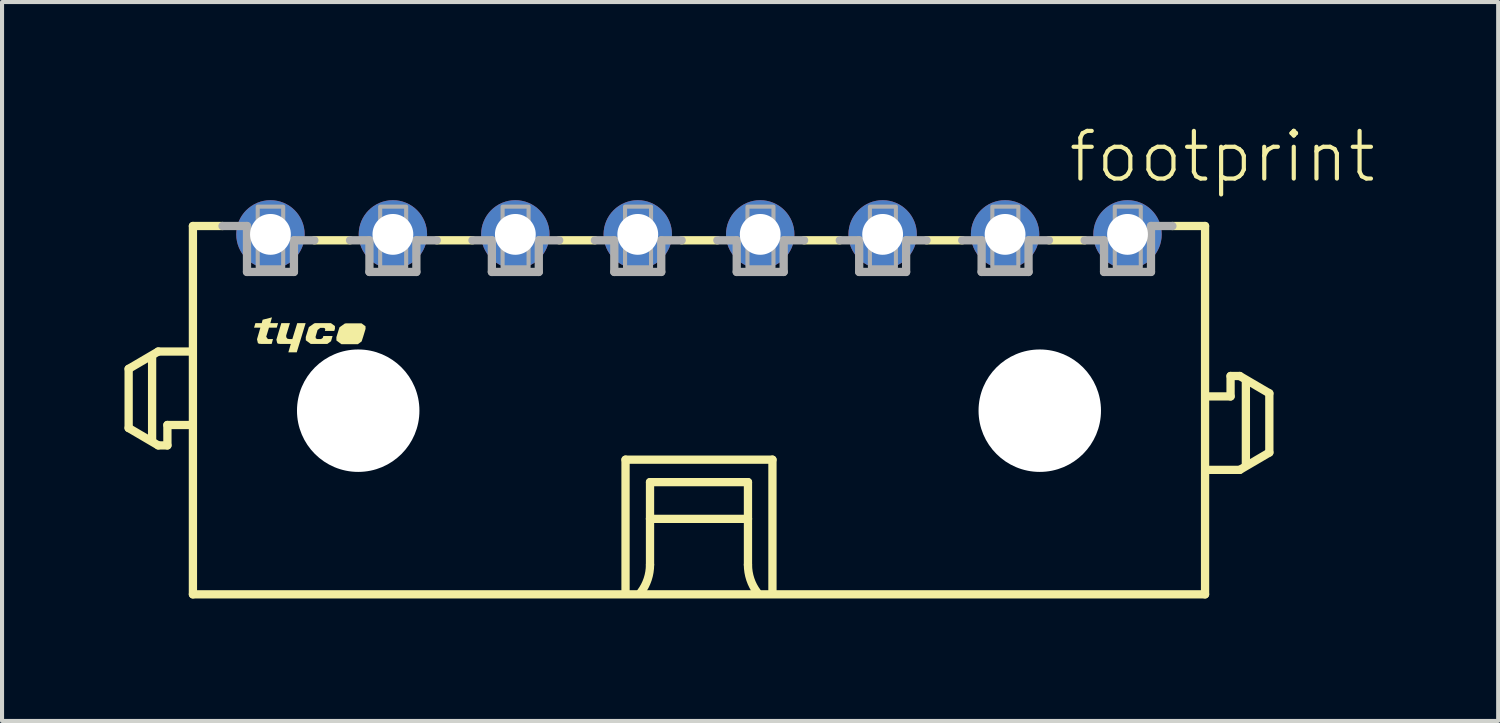
<source format=kicad_pcb>
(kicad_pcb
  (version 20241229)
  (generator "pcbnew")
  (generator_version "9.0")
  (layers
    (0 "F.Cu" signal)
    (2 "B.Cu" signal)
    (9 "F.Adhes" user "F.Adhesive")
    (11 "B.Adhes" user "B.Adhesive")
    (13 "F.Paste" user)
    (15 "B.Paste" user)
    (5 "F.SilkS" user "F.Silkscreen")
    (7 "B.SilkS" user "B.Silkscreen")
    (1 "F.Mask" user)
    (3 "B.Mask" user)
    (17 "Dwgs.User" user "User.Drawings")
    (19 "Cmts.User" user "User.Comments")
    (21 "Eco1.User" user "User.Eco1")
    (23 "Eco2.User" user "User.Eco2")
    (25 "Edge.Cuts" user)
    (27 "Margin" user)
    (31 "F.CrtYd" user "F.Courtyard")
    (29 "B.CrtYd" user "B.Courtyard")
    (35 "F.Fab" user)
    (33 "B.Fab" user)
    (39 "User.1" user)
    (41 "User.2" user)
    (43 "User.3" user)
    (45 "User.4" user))
  (footprint "footprint"
    (layer "F.Cu")
    (at 14.077 7.013)
    (property "Reference" "footprint" (at 9 -5.54 0) (layer "F.SilkS") (effects (font (size 1.168 1.168) (thickness 0.102)) (justify left bottom)))
    (fp_line (start -13.975 -1.025) (end -13.975 0.425) (stroke (width 0.203) (type solid)) (layer "F.SilkS"))
    (fp_line (start -13.975 0.425) (end -13.25 0.85) (stroke (width 0.203) (type solid)) (layer "F.SilkS"))
    (fp_line (start -13.4 0.7) (end -13.4 -1.3) (stroke (width 0.203) (type solid)) (layer "F.SilkS"))
    (fp_line (start -13.25 -1.45) (end -13.975 -1.025) (stroke (width 0.203) (type solid)) (layer "F.SilkS"))
    (fp_line (start -13.25 0.85) (end -13.025 0.85) (stroke (width 0.203) (type solid)) (layer "F.SilkS"))
    (fp_line (start -13.025 0.35) (end -12.5 0.35) (stroke (width 0.203) (type solid)) (layer "F.SilkS"))
    (fp_line (start -13.025 0.85) (end -13.025 0.35) (stroke (width 0.203) (type solid)) (layer "F.SilkS"))
    (fp_line (start -12.5 -1.45) (end -13.25 -1.45) (stroke (width 0.203) (type solid)) (layer "F.SilkS"))
    (fp_line (start -12.4 -4.525) (end -12.4 4.5) (stroke (width 0.203) (type solid)) (layer "F.SilkS"))
    (fp_line (start -12.4 -4.525) (end -11.675 -4.525) (stroke (width 0.203) (type solid)) (layer "F.SilkS"))
    (fp_line (start -12.4 4.5) (end 12.4 4.5) (stroke (width 0.203) (type solid)) (layer "F.SilkS"))
    (fp_line (start -8.55 -4.175) (end -9.425 -4.175) (stroke (width 0.203) (type solid)) (layer "F.SilkS"))
    (fp_line (start -5.55 -4.175) (end -6.425 -4.175) (stroke (width 0.203) (type solid)) (layer "F.SilkS"))
    (fp_line (start -2.55 -4.175) (end -3.425 -4.175) (stroke (width 0.203) (type solid)) (layer "F.SilkS"))
    (fp_line (start -1.8 1.2) (end 1.8 1.2) (stroke (width 0.203) (type solid)) (layer "F.SilkS"))
    (fp_line (start -1.8 4.4) (end -1.8 1.2) (stroke (width 0.203) (type solid)) (layer "F.SilkS"))
    (fp_line (start -1.2 1.75) (end -1.2 2.65) (stroke (width 0.203) (type solid)) (layer "F.SilkS"))
    (fp_line (start -1.2 2.65) (end -1.2 3.775) (stroke (width 0.203) (type solid)) (layer "F.SilkS"))
    (fp_line (start -1.2 2.65) (end 1.2 2.65) (stroke (width 0.203) (type solid)) (layer "F.SilkS"))
    (fp_line (start 0.45 -4.175) (end -0.425 -4.175) (stroke (width 0.203) (type solid)) (layer "F.SilkS"))
    (fp_line (start 1.2 1.75) (end -1.2 1.75) (stroke (width 0.203) (type solid)) (layer "F.SilkS"))
    (fp_line (start 1.2 2.65) (end 1.2 1.75) (stroke (width 0.203) (type solid)) (layer "F.SilkS"))
    (fp_line (start 1.2 2.65) (end 1.2 3.775) (stroke (width 0.203) (type solid)) (layer "F.SilkS"))
    (fp_line (start 1.8 1.2) (end 1.8 4.4) (stroke (width 0.203) (type solid)) (layer "F.SilkS"))
    (fp_line (start 3.45 -4.175) (end 2.575 -4.175) (stroke (width 0.203) (type solid)) (layer "F.SilkS"))
    (fp_line (start 6.45 -4.175) (end 5.575 -4.175) (stroke (width 0.203) (type solid)) (layer "F.SilkS"))
    (fp_line (start 9.45 -4.175) (end 8.575 -4.175) (stroke (width 0.203) (type solid)) (layer "F.SilkS"))
    (fp_line (start 12.4 -4.525) (end 11.6 -4.525) (stroke (width 0.203) (type solid)) (layer "F.SilkS"))
    (fp_line (start 12.4 4.5) (end 12.4 -4.525) (stroke (width 0.203) (type solid)) (layer "F.SilkS"))
    (fp_line (start 12.5 1.45) (end 13.25 1.45) (stroke (width 0.203) (type solid)) (layer "F.SilkS"))
    (fp_line (start 13.025 -0.85) (end 13.025 -0.35) (stroke (width 0.203) (type solid)) (layer "F.SilkS"))
    (fp_line (start 13.025 -0.35) (end 12.5 -0.35) (stroke (width 0.203) (type solid)) (layer "F.SilkS"))
    (fp_line (start 13.25 -0.85) (end 13.025 -0.85) (stroke (width 0.203) (type solid)) (layer "F.SilkS"))
    (fp_line (start 13.25 1.45) (end 13.975 1.025) (stroke (width 0.203) (type solid)) (layer "F.SilkS"))
    (fp_line (start 13.4 1.3) (end 13.4 -0.7) (stroke (width 0.203) (type solid)) (layer "F.SilkS"))
    (fp_line (start 13.975 -0.425) (end 13.25 -0.85) (stroke (width 0.203) (type solid)) (layer "F.SilkS"))
    (fp_line (start 13.975 1.025) (end 13.975 -0.425) (stroke (width 0.203) (type solid)) (layer "F.SilkS"))
    (fp_arc (start -1.2 3.775) (mid -1.257731 4.130756) (end -1.425 4.449999) (stroke (width 0.2032) (type solid)) (layer "F.SilkS"))
    (fp_arc (start 1.425 4.449999) (mid 1.257732 4.130756) (end 1.2 3.775) (stroke (width 0.2032) (type solid)) (layer "F.SilkS"))
    (fp_poly (pts (xy -10.115 -1.844) (xy -10.113 -1.799) (xy -10.085 -1.764) (xy -10.039 -1.755) (xy -9.964 -1.755) (xy -9.844 -2.145) (xy -9.638 -2.145) (xy -9.856 -1.43) (xy -10.062 -1.43) (xy -10.002 -1.635) (xy -10.28 -1.635) (xy -10.28 -1.645) (xy -10.285 -1.645) (xy -10.285 -1.64) (xy -10.287 -1.635) (xy -10.333 -1.651) (xy -10.355 -1.74) (xy -10.234 -2.145) (xy -10.023 -2.145)) (stroke (width 0) (type solid)) (fill yes) (layer "F.SilkS"))
    (fp_poly (pts (xy -10.503 -2.145) (xy -10.313 -2.145) (xy -10.346 -2.035) (xy -10.536 -2.035) (xy -10.604 -1.811) (xy -10.562 -1.755) (xy -10.438 -1.755) (xy -10.471 -1.635) (xy -10.75 -1.635) (xy -10.75 -1.645) (xy -10.755 -1.645) (xy -10.755 -1.64) (xy -10.757 -1.635) (xy -10.807 -1.653) (xy -10.83 -1.75) (xy -10.747 -2.035) (xy -10.902 -2.035) (xy -10.869 -2.145) (xy -10.714 -2.145) (xy -10.692 -2.229) (xy -10.463 -2.287)) (stroke (width 0) (type solid)) (fill yes) (layer "F.SilkS"))
    (fp_poly (pts (xy -8.171 -2.069) (xy -8.17 -2.005) (xy -8.17 -2.004) (xy -8.223 -1.83) (xy -8.223 -1.83) (xy -8.225 -1.823) (xy -8.226 -1.82) (xy -8.226 -1.82) (xy -8.266 -1.697) (xy -8.358 -1.63) (xy -8.762 -1.63) (xy -8.884 -1.72) (xy -8.885 -1.8) (xy -8.885 -1.801) (xy -8.809 -2.043) (xy -8.673 -2.139) (xy -8.67 -2.135) (xy -8.67 -2.13) (xy -8.665 -2.13) (xy -8.665 -2.14) (xy -8.268 -2.14)) (stroke (width 0) (type solid)) (fill yes) (layer "F.SilkS"))
    (fp_poly (pts (xy -8.921 -2.074) (xy -8.92 -2.01) (xy -8.92 -2.009) (xy -8.936 -1.955) (xy -9.167 -1.955) (xy -9.16 -1.976) (xy -9.158 -2.001) (xy -9.172 -2.022) (xy -9.196 -2.03) (xy -9.278 -2.03) (xy -9.346 -1.977) (xy -9.395 -1.81) (xy -9.388 -1.772) (xy -9.354 -1.755) (xy -9.262 -1.755) (xy -9.219 -1.783) (xy -9.204 -1.83) (xy -8.978 -1.83) (xy -9.016 -1.702) (xy -9.108 -1.635) (xy -9.512 -1.635) (xy -9.634 -1.725) (xy -9.635 -1.805) (xy -9.635 -1.806) (xy -9.559 -2.048) (xy -9.423 -2.144) (xy -9.42 -2.14) (xy -9.42 -2.135) (xy -9.415 -2.135) (xy -9.415 -2.145) (xy -9.018 -2.145)) (stroke (width 0) (type solid)) (fill yes) (layer "F.SilkS"))
    (fp_line (start -11.075 -4.525) (end -11.675 -4.525) (stroke (width 0.203) (type solid)) (layer "F.Fab"))
    (fp_line (start -11.075 -3.4) (end -11.075 -4.525) (stroke (width 0.203) (type solid)) (layer "F.Fab"))
    (fp_line (start -9.925 -4.175) (end -9.925 -3.4) (stroke (width 0.203) (type solid)) (layer "F.Fab"))
    (fp_line (start -9.925 -3.4) (end -11.075 -3.4) (stroke (width 0.203) (type solid)) (layer "F.Fab"))
    (fp_line (start -9.425 -4.175) (end -9.925 -4.175) (stroke (width 0.203) (type solid)) (layer "F.Fab"))
    (fp_line (start -8.075 -4.175) (end -8.55 -4.175) (stroke (width 0.203) (type solid)) (layer "F.Fab"))
    (fp_line (start -8.075 -3.4) (end -8.075 -4.175) (stroke (width 0.203) (type solid)) (layer "F.Fab"))
    (fp_line (start -6.925 -4.175) (end -6.925 -3.4) (stroke (width 0.203) (type solid)) (layer "F.Fab"))
    (fp_line (start -6.925 -3.4) (end -8.075 -3.4) (stroke (width 0.203) (type solid)) (layer "F.Fab"))
    (fp_line (start -6.425 -4.175) (end -6.925 -4.175) (stroke (width 0.203) (type solid)) (layer "F.Fab"))
    (fp_line (start -5.075 -4.175) (end -5.55 -4.175) (stroke (width 0.203) (type solid)) (layer "F.Fab"))
    (fp_line (start -5.075 -3.4) (end -5.075 -4.175) (stroke (width 0.203) (type solid)) (layer "F.Fab"))
    (fp_line (start -3.925 -4.175) (end -3.925 -3.4) (stroke (width 0.203) (type solid)) (layer "F.Fab"))
    (fp_line (start -3.925 -3.4) (end -5.075 -3.4) (stroke (width 0.203) (type solid)) (layer "F.Fab"))
    (fp_line (start -3.425 -4.175) (end -3.925 -4.175) (stroke (width 0.203) (type solid)) (layer "F.Fab"))
    (fp_line (start -2.075 -4.175) (end -2.55 -4.175) (stroke (width 0.203) (type solid)) (layer "F.Fab"))
    (fp_line (start -2.075 -3.4) (end -2.075 -4.175) (stroke (width 0.203) (type solid)) (layer "F.Fab"))
    (fp_line (start -0.925 -4.175) (end -0.925 -3.4) (stroke (width 0.203) (type solid)) (layer "F.Fab"))
    (fp_line (start -0.925 -3.4) (end -2.075 -3.4) (stroke (width 0.203) (type solid)) (layer "F.Fab"))
    (fp_line (start -0.425 -4.175) (end -0.925 -4.175) (stroke (width 0.203) (type solid)) (layer "F.Fab"))
    (fp_line (start 0.925 -4.175) (end 0.45 -4.175) (stroke (width 0.203) (type solid)) (layer "F.Fab"))
    (fp_line (start 0.925 -3.4) (end 0.925 -4.175) (stroke (width 0.203) (type solid)) (layer "F.Fab"))
    (fp_line (start 2.075 -4.175) (end 2.075 -3.4) (stroke (width 0.203) (type solid)) (layer "F.Fab"))
    (fp_line (start 2.075 -3.4) (end 0.925 -3.4) (stroke (width 0.203) (type solid)) (layer "F.Fab"))
    (fp_line (start 2.575 -4.175) (end 2.075 -4.175) (stroke (width 0.203) (type solid)) (layer "F.Fab"))
    (fp_line (start 3.925 -4.175) (end 3.45 -4.175) (stroke (width 0.203) (type solid)) (layer "F.Fab"))
    (fp_line (start 3.925 -3.4) (end 3.925 -4.175) (stroke (width 0.203) (type solid)) (layer "F.Fab"))
    (fp_line (start 5.075 -4.175) (end 5.075 -3.4) (stroke (width 0.203) (type solid)) (layer "F.Fab"))
    (fp_line (start 5.075 -3.4) (end 3.925 -3.4) (stroke (width 0.203) (type solid)) (layer "F.Fab"))
    (fp_line (start 5.575 -4.175) (end 5.075 -4.175) (stroke (width 0.203) (type solid)) (layer "F.Fab"))
    (fp_line (start 6.925 -4.175) (end 6.45 -4.175) (stroke (width 0.203) (type solid)) (layer "F.Fab"))
    (fp_line (start 6.925 -3.4) (end 6.925 -4.175) (stroke (width 0.203) (type solid)) (layer "F.Fab"))
    (fp_line (start 8.075 -4.175) (end 8.075 -3.4) (stroke (width 0.203) (type solid)) (layer "F.Fab"))
    (fp_line (start 8.075 -3.4) (end 6.925 -3.4) (stroke (width 0.203) (type solid)) (layer "F.Fab"))
    (fp_line (start 8.575 -4.175) (end 8.075 -4.175) (stroke (width 0.203) (type solid)) (layer "F.Fab"))
    (fp_line (start 9.925 -4.175) (end 9.45 -4.175) (stroke (width 0.203) (type solid)) (layer "F.Fab"))
    (fp_line (start 9.925 -3.4) (end 9.925 -4.175) (stroke (width 0.203) (type solid)) (layer "F.Fab"))
    (fp_line (start 11.075 -4.525) (end 11.075 -3.4) (stroke (width 0.203) (type solid)) (layer "F.Fab"))
    (fp_line (start 11.075 -3.4) (end 9.925 -3.4) (stroke (width 0.203) (type solid)) (layer "F.Fab"))
    (fp_line (start 11.6 -4.525) (end 11.075 -4.525) (stroke (width 0.203) (type solid)) (layer "F.Fab"))
    (fp_poly (pts (xy -10.812 -3.513) (xy -10.188 -3.513) (xy -10.188 -5) (xy -10.812 -5)) (stroke (width 0.1) (type solid)) (fill no) (layer "F.Fab"))
    (fp_poly (pts (xy -7.812 -3.513) (xy -7.175 -3.513) (xy -7.175 -5) (xy -7.812 -5)) (stroke (width 0.1) (type solid)) (fill no) (layer "F.Fab"))
    (fp_poly (pts (xy -4.812 -3.513) (xy -4.175 -3.513) (xy -4.175 -5) (xy -4.812 -5)) (stroke (width 0.1) (type solid)) (fill no) (layer "F.Fab"))
    (fp_poly (pts (xy -1.812 -3.513) (xy -1.175 -3.513) (xy -1.175 -5) (xy -1.812 -5)) (stroke (width 0.1) (type solid)) (fill no) (layer "F.Fab"))
    (fp_poly (pts (xy 1.188 -3.513) (xy 1.825 -3.513) (xy 1.825 -5) (xy 1.188 -5)) (stroke (width 0.1) (type solid)) (fill no) (layer "F.Fab"))
    (fp_poly (pts (xy 4.188 -3.513) (xy 4.825 -3.513) (xy 4.825 -5) (xy 4.188 -5)) (stroke (width 0.1) (type solid)) (fill no) (layer "F.Fab"))
    (fp_poly (pts (xy 7.188 -3.513) (xy 7.825 -3.513) (xy 7.825 -5) (xy 7.188 -5)) (stroke (width 0.1) (type solid)) (fill no) (layer "F.Fab"))
    (fp_poly (pts (xy 10.188 -3.513) (xy 10.825 -3.513) (xy 10.825 -5) (xy 10.188 -5)) (stroke (width 0.1) (type solid)) (fill no) (layer "F.Fab"))
    (pad "" np_thru_hole circle (at -8.35 0) (size 3 3) (drill 3) (layers "*.Cu" "*.Mask"))
    (pad "" np_thru_hole circle (at 8.35 0) (size 3 3) (drill 3) (layers "*.Cu" "*.Mask"))
    (pad "1" thru_hole circle (at 10.5 -4.32) (size 1.676 1.676) (drill 1) (layers "*.Cu" "*.Mask"))
    (pad "2" thru_hole circle (at 7.5 -4.32) (size 1.676 1.676) (drill 1) (layers "*.Cu" "*.Mask"))
    (pad "3" thru_hole circle (at 4.5 -4.32) (size 1.676 1.676) (drill 1) (layers "*.Cu" "*.Mask"))
    (pad "4" thru_hole circle (at 1.5 -4.32) (size 1.676 1.676) (drill 1) (layers "*.Cu" "*.Mask"))
    (pad "5" thru_hole circle (at -1.5 -4.32) (size 1.676 1.676) (drill 1) (layers "*.Cu" "*.Mask"))
    (pad "6" thru_hole circle (at -4.5 -4.32) (size 1.676 1.676) (drill 1) (layers "*.Cu" "*.Mask"))
    (pad "7" thru_hole circle (at -7.5 -4.32) (size 1.676 1.676) (drill 1) (layers "*.Cu" "*.Mask"))
    (pad "8" thru_hole circle (at -10.5 -4.32) (size 1.676 1.676) (drill 1) (layers "*.Cu" "*.Mask")))
  (gr_rect
    (start -3 -3)
    (end 33.659 14.615)
    (stroke (width 0.1) (type default))
    (fill no)
    (layer "Edge.Cuts")))
</source>
